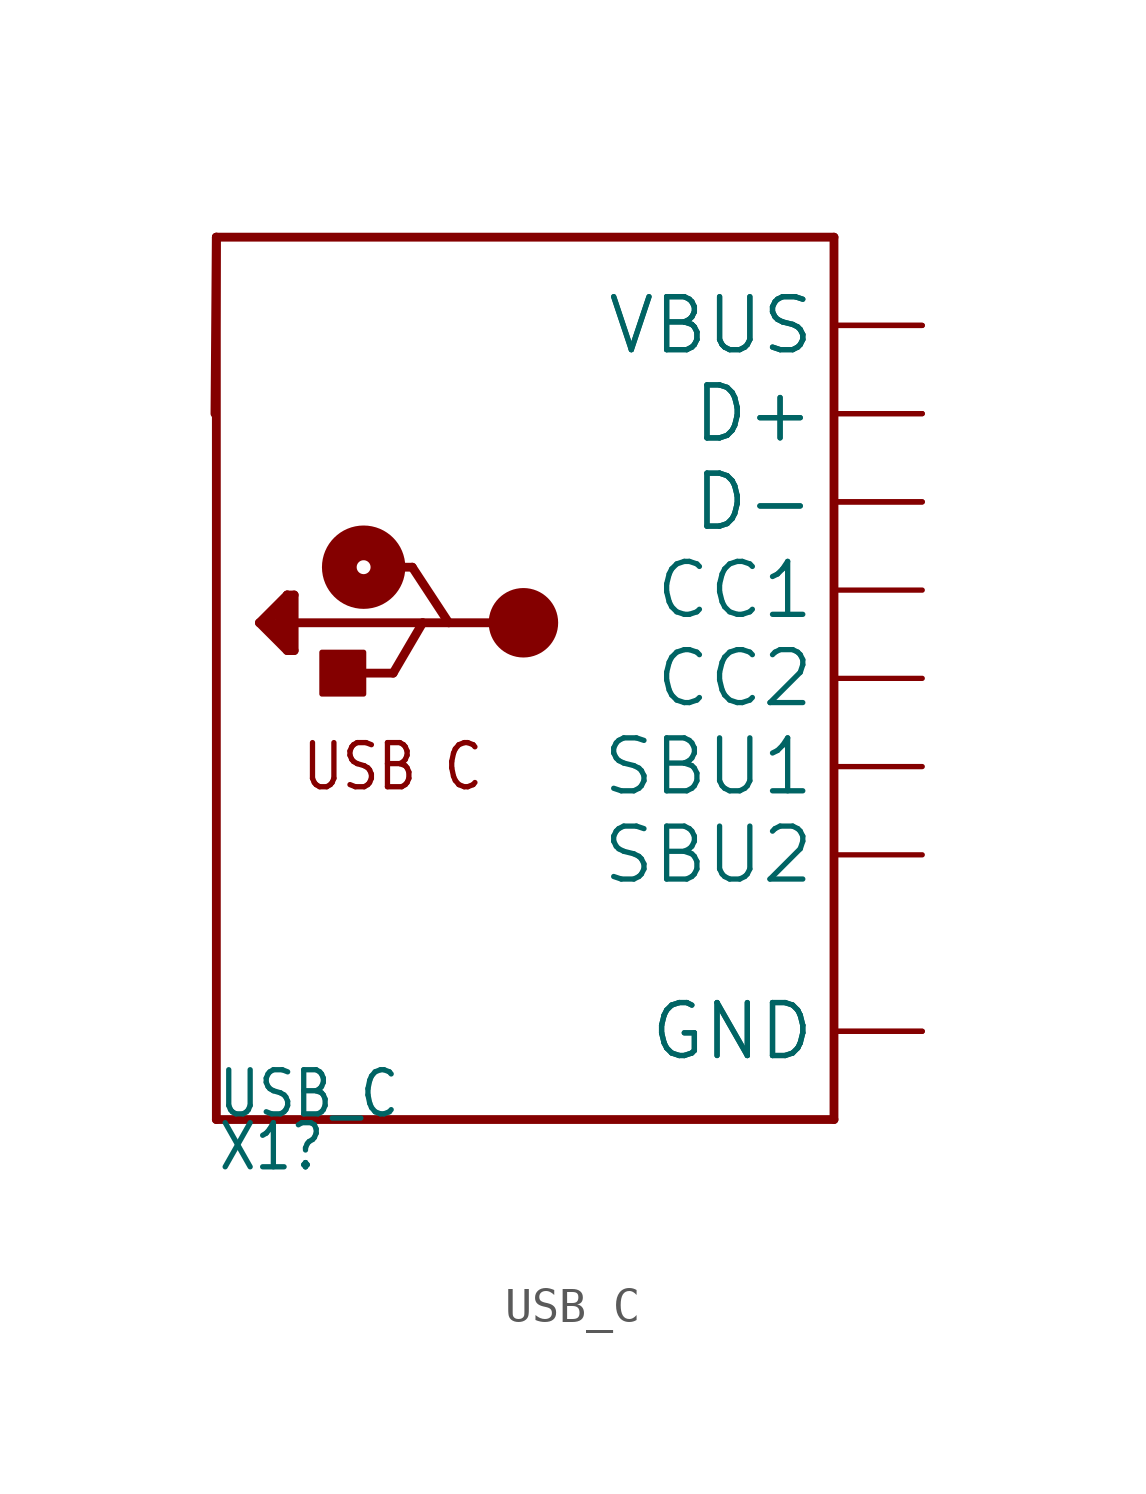
<source format=kicad_sym>
(kicad_symbol_lib
  (version 20241209)
  (generator "kicad_symbol_editor")
  (generator_version "9.0")
  (symbol "USB_C"
    (property "Reference" "X1"
      (at -10.16 -14.224 0)
      (effects (font (size 1.27 1.079)) (justify left bottom)))
    (property "Value" "USB_C"
      (at -10.16 -12.7 0)
      (effects (font (size 1.27 1.079)) (justify left bottom)))
    (property "ki_locked" ""
      (at 0 0 0)
      (effects (font (size 1.27 1.27))))
    (symbol "USB_C_1_0"
      (polyline (pts (xy -10.2 7.62) (xy -10.16 12.7)) (stroke (width 0.254) (type solid)) (fill (type none)))
      (polyline (pts (xy -10.16 12.7) (xy -10.16 -12.7)) (stroke (width 0.254) (type solid)) (fill (type none)))
      (polyline (pts (xy -10.16 12.7) (xy 7.62 12.7)) (stroke (width 0.254) (type solid)) (fill (type none)))
      (polyline (pts (xy -10.16 -12.7) (xy 7.62 -12.7)) (stroke (width 0.254) (type solid)) (fill (type none)))
      (polyline (pts (xy -8.92 1.6) (xy -8.12 2.4)) (stroke (width 0.254) (type solid)) (fill (type none)))
      (polyline (pts (xy -8.52 1.6) (xy -8.52 1.4)) (stroke (width 0.254) (type solid)) (fill (type none)))
      (polyline (pts (xy -8.52 1.4) (xy -8.32 1.2)) (stroke (width 0.254) (type solid)) (fill (type none)))
      (polyline (pts (xy -8.32 2) (xy -8.72 1.6)) (stroke (width 0.254) (type solid)) (fill (type none)))
      (polyline (pts (xy -8.32 1.2) (xy -8.32 2)) (stroke (width 0.254) (type solid)) (fill (type none)))
      (polyline (pts (xy -8.12 2.4) (xy -7.92 2.4)) (stroke (width 0.254) (type solid)) (fill (type none)))
      (polyline (pts (xy -8.12 1) (xy -8.12 2.4)) (stroke (width 0.254) (type solid)) (fill (type none)))
      (polyline (pts (xy -8.12 0.8) (xy -8.92 1.6)) (stroke (width 0.254) (type solid)) (fill (type none)))
      (polyline (pts (xy -7.92 2.4) (xy -7.92 1.6)) (stroke (width 0.254) (type solid)) (fill (type none)))
      (polyline (pts (xy -7.92 1.6) (xy -7.92 0.8)) (stroke (width 0.254) (type solid)) (fill (type none)))
      (polyline (pts (xy -7.92 0.8) (xy -8.12 0.8)) (stroke (width 0.254) (type solid)) (fill (type none)))
      (rectangle (start -7.12 -0.45) (end -5.92 0.75) (stroke (width 0) (type default)) (fill (type outline)))
      (polyline (pts (xy -6.27 0.15) (xy -5.07 0.15)) (stroke (width 0.254) (type solid)) (fill (type none)))
      (circle (center -5.92 3.2) (radius 0.2) (stroke (width 1) (type solid)) (fill (type none)))
      (polyline (pts (xy -5.52 3.2) (xy -4.52 3.2)) (stroke (width 0.254) (type solid)) (fill (type none)))
      (polyline (pts (xy -5.07 0.15) (xy -4.22 1.6)) (stroke (width 0.254) (type solid)) (fill (type none)))
      (polyline (pts (xy -4.52 3.2) (xy -3.47 1.6)) (stroke (width 0.254) (type solid)) (fill (type none)))
      (polyline (pts (xy -4.22 1.6) (xy -7.92 1.6)) (stroke (width 0.254) (type solid)) (fill (type none)))
      (polyline (pts (xy -3.47 1.6) (xy -4.22 1.6)) (stroke (width 0.254) (type solid)) (fill (type none)))
      (circle (center -1.32 1.6) (radius 0.5) (stroke (width 1) (type solid)) (fill (type none)))
      (polyline (pts (xy -1.32 1.6) (xy -3.47 1.6)) (stroke (width 0.254) (type solid)) (fill (type none)))
      (polyline (pts (xy 7.62 12.7) (xy 7.62 -12.7)) (stroke (width 0.254) (type solid)) (fill (type none)))
      (text "USB C" (at -5.08 -2.54 0) (effects (font (size 1.27 1.079))))
      (pin power_in line (at 10.16 10.16 180) (length 2.54) (name "VBUS" (effects (font (size 1.524 1.524)))) (number "A4B9" (effects (font (size 0 0)))))
      (pin power_in line (at 10.16 10.16 180) (length 2.54) (name "VBUS" (effects (font (size 1.524 1.524)))) (number "B4A9" (effects (font (size 0 0)))))
      (pin bidirectional line (at 10.16 7.62 180) (length 2.54) (name "D+" (effects (font (size 1.524 1.524)))) (number "A6" (effects (font (size 0 0)))))
      (pin bidirectional line (at 10.16 7.62 180) (length 2.54) (name "D+" (effects (font (size 1.524 1.524)))) (number "B6" (effects (font (size 0 0)))))
      (pin bidirectional line (at 10.16 5.08 180) (length 2.54) (name "D-" (effects (font (size 1.524 1.524)))) (number "A7" (effects (font (size 0 0)))))
      (pin bidirectional line (at 10.16 5.08 180) (length 2.54) (name "D-" (effects (font (size 1.524 1.524)))) (number "B7" (effects (font (size 0 0)))))
      (pin bidirectional line (at 10.16 2.54 180) (length 2.54) (name "CC1" (effects (font (size 1.524 1.524)))) (number "A5" (effects (font (size 0 0)))))
      (pin bidirectional line (at 10.16 0 180) (length 2.54) (name "CC2" (effects (font (size 1.524 1.524)))) (number "B5" (effects (font (size 0 0)))))
      (pin bidirectional line (at 10.16 -2.54 180) (length 2.54) (name "SBU1" (effects (font (size 1.524 1.524)))) (number "A8" (effects (font (size 0 0)))))
      (pin bidirectional line (at 10.16 -5.08 180) (length 2.54) (name "SBU2" (effects (font (size 1.524 1.524)))) (number "B8" (effects (font (size 0 0)))))
      (pin power_in line (at 10.16 -10.16 180) (length 2.54) (name "GND" (effects (font (size 1.524 1.524)))) (number "A1B12" (effects (font (size 0 0)))))
      (pin power_in line (at 10.16 -10.16 180) (length 2.54) (name "GND" (effects (font (size 1.524 1.524)))) (number "B1A12" (effects (font (size 0 0))))))))
</source>
